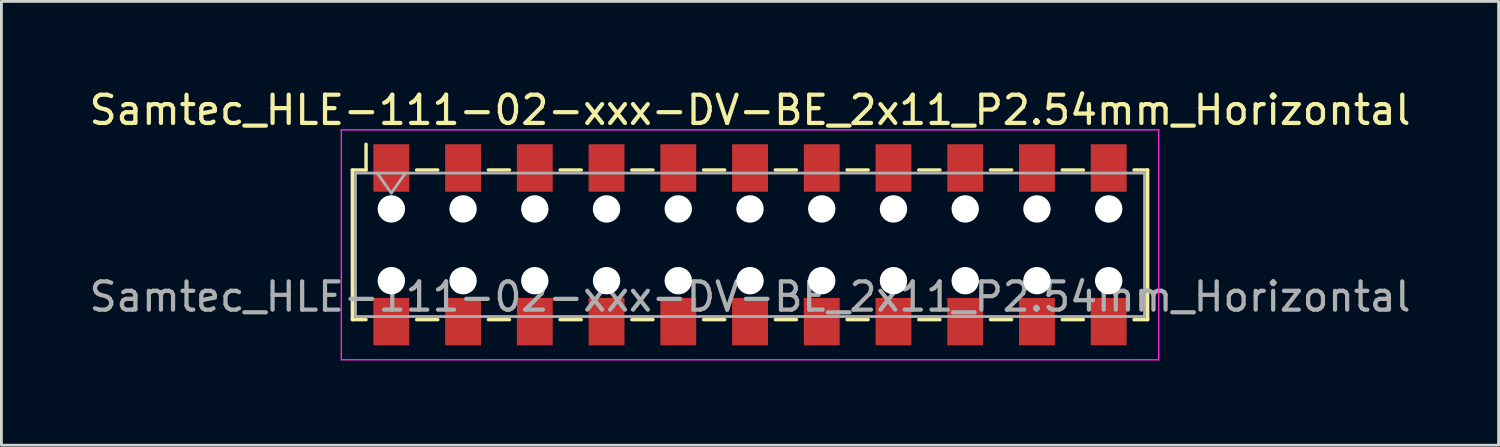
<source format=kicad_pcb>
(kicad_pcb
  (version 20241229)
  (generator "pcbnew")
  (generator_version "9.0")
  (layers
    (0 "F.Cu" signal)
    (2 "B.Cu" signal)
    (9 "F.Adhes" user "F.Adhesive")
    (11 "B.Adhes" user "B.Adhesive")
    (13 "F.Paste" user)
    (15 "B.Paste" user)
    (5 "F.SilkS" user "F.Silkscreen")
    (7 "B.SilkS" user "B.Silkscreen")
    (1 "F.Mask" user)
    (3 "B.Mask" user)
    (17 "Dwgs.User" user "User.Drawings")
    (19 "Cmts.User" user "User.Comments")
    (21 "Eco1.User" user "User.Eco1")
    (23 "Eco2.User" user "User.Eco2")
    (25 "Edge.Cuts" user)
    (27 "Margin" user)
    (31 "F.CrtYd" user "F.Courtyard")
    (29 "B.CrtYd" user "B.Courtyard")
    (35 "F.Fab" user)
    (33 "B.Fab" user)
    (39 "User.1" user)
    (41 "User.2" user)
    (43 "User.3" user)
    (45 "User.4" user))
  (footprint "Samtec_HLE-111-02-xxx-DV-BE_2x11_P2.54mm_Horizontal"
    (layer "F.Cu")
    (at 23.506 5.618)
    (property "Reference" "Samtec_HLE-111-02-xxx-DV-BE_2x11_P2.54mm_Horizontal" (at 0 -4.77 0) (layer "F.SilkS") (effects (font (size 1 1) (thickness 0.15))))
    (attr smd)
    (fp_line (start -14.08 -2.65) (end -14.08 2.65) (stroke (width 0.12) (type solid)) (layer "F.SilkS"))
    (fp_line (start -14.08 2.65) (end -13.595 2.65) (stroke (width 0.12) (type solid)) (layer "F.SilkS"))
    (fp_line (start -13.595 -3.56) (end -13.595 -2.65) (stroke (width 0.12) (type solid)) (layer "F.SilkS"))
    (fp_line (start -13.595 -2.65) (end -14.08 -2.65) (stroke (width 0.12) (type solid)) (layer "F.SilkS"))
    (fp_line (start -11.805 -2.65) (end -11.055 -2.65) (stroke (width 0.12) (type solid)) (layer "F.SilkS"))
    (fp_line (start -11.805 2.65) (end -11.055 2.65) (stroke (width 0.12) (type solid)) (layer "F.SilkS"))
    (fp_line (start -9.265 -2.65) (end -8.515 -2.65) (stroke (width 0.12) (type solid)) (layer "F.SilkS"))
    (fp_line (start -9.265 2.65) (end -8.515 2.65) (stroke (width 0.12) (type solid)) (layer "F.SilkS"))
    (fp_line (start -6.725 -2.65) (end -5.975 -2.65) (stroke (width 0.12) (type solid)) (layer "F.SilkS"))
    (fp_line (start -6.725 2.65) (end -5.975 2.65) (stroke (width 0.12) (type solid)) (layer "F.SilkS"))
    (fp_line (start -4.185 -2.65) (end -3.435 -2.65) (stroke (width 0.12) (type solid)) (layer "F.SilkS"))
    (fp_line (start -4.185 2.65) (end -3.435 2.65) (stroke (width 0.12) (type solid)) (layer "F.SilkS"))
    (fp_line (start -1.645 -2.65) (end -0.895 -2.65) (stroke (width 0.12) (type solid)) (layer "F.SilkS"))
    (fp_line (start -1.645 2.65) (end -0.895 2.65) (stroke (width 0.12) (type solid)) (layer "F.SilkS"))
    (fp_line (start 0.895 -2.65) (end 1.645 -2.65) (stroke (width 0.12) (type solid)) (layer "F.SilkS"))
    (fp_line (start 0.895 2.65) (end 1.645 2.65) (stroke (width 0.12) (type solid)) (layer "F.SilkS"))
    (fp_line (start 3.435 -2.65) (end 4.185 -2.65) (stroke (width 0.12) (type solid)) (layer "F.SilkS"))
    (fp_line (start 3.435 2.65) (end 4.185 2.65) (stroke (width 0.12) (type solid)) (layer "F.SilkS"))
    (fp_line (start 5.975 -2.65) (end 6.725 -2.65) (stroke (width 0.12) (type solid)) (layer "F.SilkS"))
    (fp_line (start 5.975 2.65) (end 6.725 2.65) (stroke (width 0.12) (type solid)) (layer "F.SilkS"))
    (fp_line (start 8.515 -2.65) (end 9.265 -2.65) (stroke (width 0.12) (type solid)) (layer "F.SilkS"))
    (fp_line (start 8.515 2.65) (end 9.265 2.65) (stroke (width 0.12) (type solid)) (layer "F.SilkS"))
    (fp_line (start 11.055 -2.65) (end 11.805 -2.65) (stroke (width 0.12) (type solid)) (layer "F.SilkS"))
    (fp_line (start 11.055 2.65) (end 11.805 2.65) (stroke (width 0.12) (type solid)) (layer "F.SilkS"))
    (fp_line (start 13.595 -2.65) (end 14.08 -2.65) (stroke (width 0.12) (type solid)) (layer "F.SilkS"))
    (fp_line (start 14.08 -2.65) (end 14.08 2.65) (stroke (width 0.12) (type solid)) (layer "F.SilkS"))
    (fp_line (start 14.08 2.65) (end 13.595 2.65) (stroke (width 0.12) (type solid)) (layer "F.SilkS"))
    (fp_line (start -14.47 -4.07) (end 14.47 -4.07) (stroke (width 0.05) (type solid)) (layer "F.CrtYd"))
    (fp_line (start -14.47 4.07) (end -14.47 -4.07) (stroke (width 0.05) (type solid)) (layer "F.CrtYd"))
    (fp_line (start 14.47 -4.07) (end 14.47 4.07) (stroke (width 0.05) (type solid)) (layer "F.CrtYd"))
    (fp_line (start 14.47 4.07) (end -14.47 4.07) (stroke (width 0.05) (type solid)) (layer "F.CrtYd"))
    (fp_line (start -13.97 -2.54) (end 13.97 -2.54) (stroke (width 0.1) (type solid)) (layer "F.Fab"))
    (fp_line (start -13.97 2.54) (end -13.97 -2.54) (stroke (width 0.1) (type solid)) (layer "F.Fab"))
    (fp_line (start -13.2 -2.54) (end -12.7 -1.833) (stroke (width 0.1) (type solid)) (layer "F.Fab"))
    (fp_line (start -12.7 -1.833) (end -12.2 -2.54) (stroke (width 0.1) (type solid)) (layer "F.Fab"))
    (fp_line (start 13.97 -2.54) (end 13.97 2.54) (stroke (width 0.1) (type solid)) (layer "F.Fab"))
    (fp_line (start 13.97 2.54) (end -13.97 2.54) (stroke (width 0.1) (type solid)) (layer "F.Fab"))
    (fp_text user "${REFERENCE}" (at 0 1.84 0) (layer "F.Fab") (effects (font (size 1 1) (thickness 0.15))))
    (pad "" np_thru_hole circle (at -12.7 -1.27) (size 0.97 0.97) (drill 0.97) (layers "*.Cu" "*.Mask"))
    (pad "" np_thru_hole circle (at -12.7 1.27) (size 0.97 0.97) (drill 0.97) (layers "*.Cu" "*.Mask"))
    (pad "" np_thru_hole circle (at -10.16 -1.27) (size 0.97 0.97) (drill 0.97) (layers "*.Cu" "*.Mask"))
    (pad "" np_thru_hole circle (at -10.16 1.27) (size 0.97 0.97) (drill 0.97) (layers "*.Cu" "*.Mask"))
    (pad "" np_thru_hole circle (at -7.62 -1.27) (size 0.97 0.97) (drill 0.97) (layers "*.Cu" "*.Mask"))
    (pad "" np_thru_hole circle (at -7.62 1.27) (size 0.97 0.97) (drill 0.97) (layers "*.Cu" "*.Mask"))
    (pad "" np_thru_hole circle (at -5.08 -1.27) (size 0.97 0.97) (drill 0.97) (layers "*.Cu" "*.Mask"))
    (pad "" np_thru_hole circle (at -5.08 1.27) (size 0.97 0.97) (drill 0.97) (layers "*.Cu" "*.Mask"))
    (pad "" np_thru_hole circle (at -2.54 -1.27) (size 0.97 0.97) (drill 0.97) (layers "*.Cu" "*.Mask"))
    (pad "" np_thru_hole circle (at -2.54 1.27) (size 0.97 0.97) (drill 0.97) (layers "*.Cu" "*.Mask"))
    (pad "" np_thru_hole circle (at 0 -1.27) (size 0.97 0.97) (drill 0.97) (layers "*.Cu" "*.Mask"))
    (pad "" np_thru_hole circle (at 0 1.27) (size 0.97 0.97) (drill 0.97) (layers "*.Cu" "*.Mask"))
    (pad "" np_thru_hole circle (at 2.54 -1.27) (size 0.97 0.97) (drill 0.97) (layers "*.Cu" "*.Mask"))
    (pad "" np_thru_hole circle (at 2.54 1.27) (size 0.97 0.97) (drill 0.97) (layers "*.Cu" "*.Mask"))
    (pad "" np_thru_hole circle (at 5.08 -1.27) (size 0.97 0.97) (drill 0.97) (layers "*.Cu" "*.Mask"))
    (pad "" np_thru_hole circle (at 5.08 1.27) (size 0.97 0.97) (drill 0.97) (layers "*.Cu" "*.Mask"))
    (pad "" np_thru_hole circle (at 7.62 -1.27) (size 0.97 0.97) (drill 0.97) (layers "*.Cu" "*.Mask"))
    (pad "" np_thru_hole circle (at 7.62 1.27) (size 0.97 0.97) (drill 0.97) (layers "*.Cu" "*.Mask"))
    (pad "" np_thru_hole circle (at 10.16 -1.27) (size 0.97 0.97) (drill 0.97) (layers "*.Cu" "*.Mask"))
    (pad "" np_thru_hole circle (at 10.16 1.27) (size 0.97 0.97) (drill 0.97) (layers "*.Cu" "*.Mask"))
    (pad "" np_thru_hole circle (at 12.7 -1.27) (size 0.97 0.97) (drill 0.97) (layers "*.Cu" "*.Mask"))
    (pad "" np_thru_hole circle (at 12.7 1.27) (size 0.97 0.97) (drill 0.97) (layers "*.Cu" "*.Mask"))
    (pad "1" smd rect (at -12.7 -2.72) (size 1.27 1.68) (layers "F.Cu" "F.Mask" "F.Paste"))
    (pad "2" smd rect (at -12.7 2.72) (size 1.27 1.68) (layers "F.Cu" "F.Mask" "F.Paste"))
    (pad "3" smd rect (at -10.16 -2.72) (size 1.27 1.68) (layers "F.Cu" "F.Mask" "F.Paste"))
    (pad "4" smd rect (at -10.16 2.72) (size 1.27 1.68) (layers "F.Cu" "F.Mask" "F.Paste"))
    (pad "5" smd rect (at -7.62 -2.72) (size 1.27 1.68) (layers "F.Cu" "F.Mask" "F.Paste"))
    (pad "6" smd rect (at -7.62 2.72) (size 1.27 1.68) (layers "F.Cu" "F.Mask" "F.Paste"))
    (pad "7" smd rect (at -5.08 -2.72) (size 1.27 1.68) (layers "F.Cu" "F.Mask" "F.Paste"))
    (pad "8" smd rect (at -5.08 2.72) (size 1.27 1.68) (layers "F.Cu" "F.Mask" "F.Paste"))
    (pad "9" smd rect (at -2.54 -2.72) (size 1.27 1.68) (layers "F.Cu" "F.Mask" "F.Paste"))
    (pad "10" smd rect (at -2.54 2.72) (size 1.27 1.68) (layers "F.Cu" "F.Mask" "F.Paste"))
    (pad "11" smd rect (at 0 -2.72) (size 1.27 1.68) (layers "F.Cu" "F.Mask" "F.Paste"))
    (pad "12" smd rect (at 0 2.72) (size 1.27 1.68) (layers "F.Cu" "F.Mask" "F.Paste"))
    (pad "13" smd rect (at 2.54 -2.72) (size 1.27 1.68) (layers "F.Cu" "F.Mask" "F.Paste"))
    (pad "14" smd rect (at 2.54 2.72) (size 1.27 1.68) (layers "F.Cu" "F.Mask" "F.Paste"))
    (pad "15" smd rect (at 5.08 -2.72) (size 1.27 1.68) (layers "F.Cu" "F.Mask" "F.Paste"))
    (pad "16" smd rect (at 5.08 2.72) (size 1.27 1.68) (layers "F.Cu" "F.Mask" "F.Paste"))
    (pad "17" smd rect (at 7.62 -2.72) (size 1.27 1.68) (layers "F.Cu" "F.Mask" "F.Paste"))
    (pad "18" smd rect (at 7.62 2.72) (size 1.27 1.68) (layers "F.Cu" "F.Mask" "F.Paste"))
    (pad "19" smd rect (at 10.16 -2.72) (size 1.27 1.68) (layers "F.Cu" "F.Mask" "F.Paste"))
    (pad "20" smd rect (at 10.16 2.72) (size 1.27 1.68) (layers "F.Cu" "F.Mask" "F.Paste"))
    (pad "21" smd rect (at 12.7 -2.72) (size 1.27 1.68) (layers "F.Cu" "F.Mask" "F.Paste"))
    (pad "22" smd rect (at 12.7 2.72) (size 1.27 1.68) (layers "F.Cu" "F.Mask" "F.Paste")))
  (gr_rect
    (start -3 -3)
    (end 50.012 12.713)
    (stroke (width 0.1) (type default))
    (fill no)
    (layer "Edge.Cuts")))
</source>
